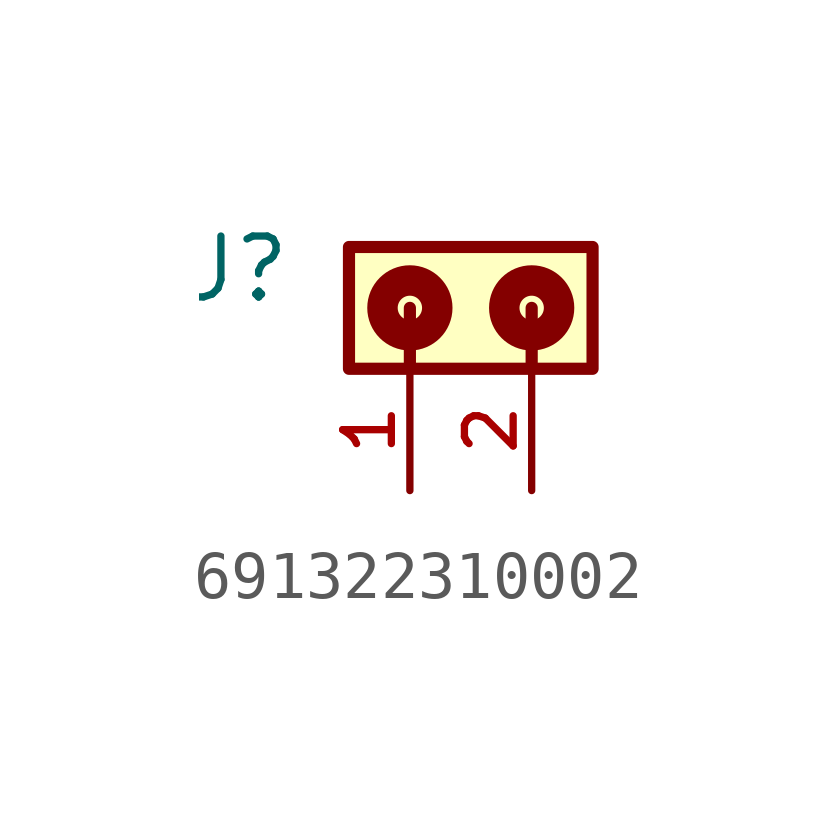
<source format=kicad_sym>
(kicad_symbol_lib
  (version 20241209)
  (generator "kicad_symbol_editor")
  (generator_version "9.0")
  (symbol "691322310002"
    (pin_names
      (offset 1.016))
    (property "Reference" "J"
      (at -4.99 -1.205 0)
      (effects (font (size 1.27 1.27)) (justify right bottom)))
    (symbol "691322310002_0_0"
      (rectangle (start -3.81 -2.54) (end 1.27 0) (stroke (width 0.254) (type default)) (fill (type background)))
      (circle (center -2.54 -1.27) (radius 0.254) (stroke (width 0.635) (type default)) (fill (type none)))
      (polyline (pts (xy -2.54 -1.27) (xy -2.54 -2.54)) (stroke (width 0.254) (type default)) (fill (type none)))
      (polyline (pts (xy 0 -1.27) (xy 0 -2.54)) (stroke (width 0.254) (type default)) (fill (type none)))
      (circle (center 0 -1.27) (radius 0.254) (stroke (width 0.635) (type default)) (fill (type none)))
      (pin passive line (at -2.54 -5.08 90) (length 2.54) (name "~" (effects (font (size 1.016 1.016)))) (number "1" (effects (font (size 1.016 1.016)))))
      (pin passive line (at 0 -5.08 90) (length 2.54) (name "~" (effects (font (size 1.016 1.016)))) (number "2" (effects (font (size 1.016 1.016))))))))
</source>
